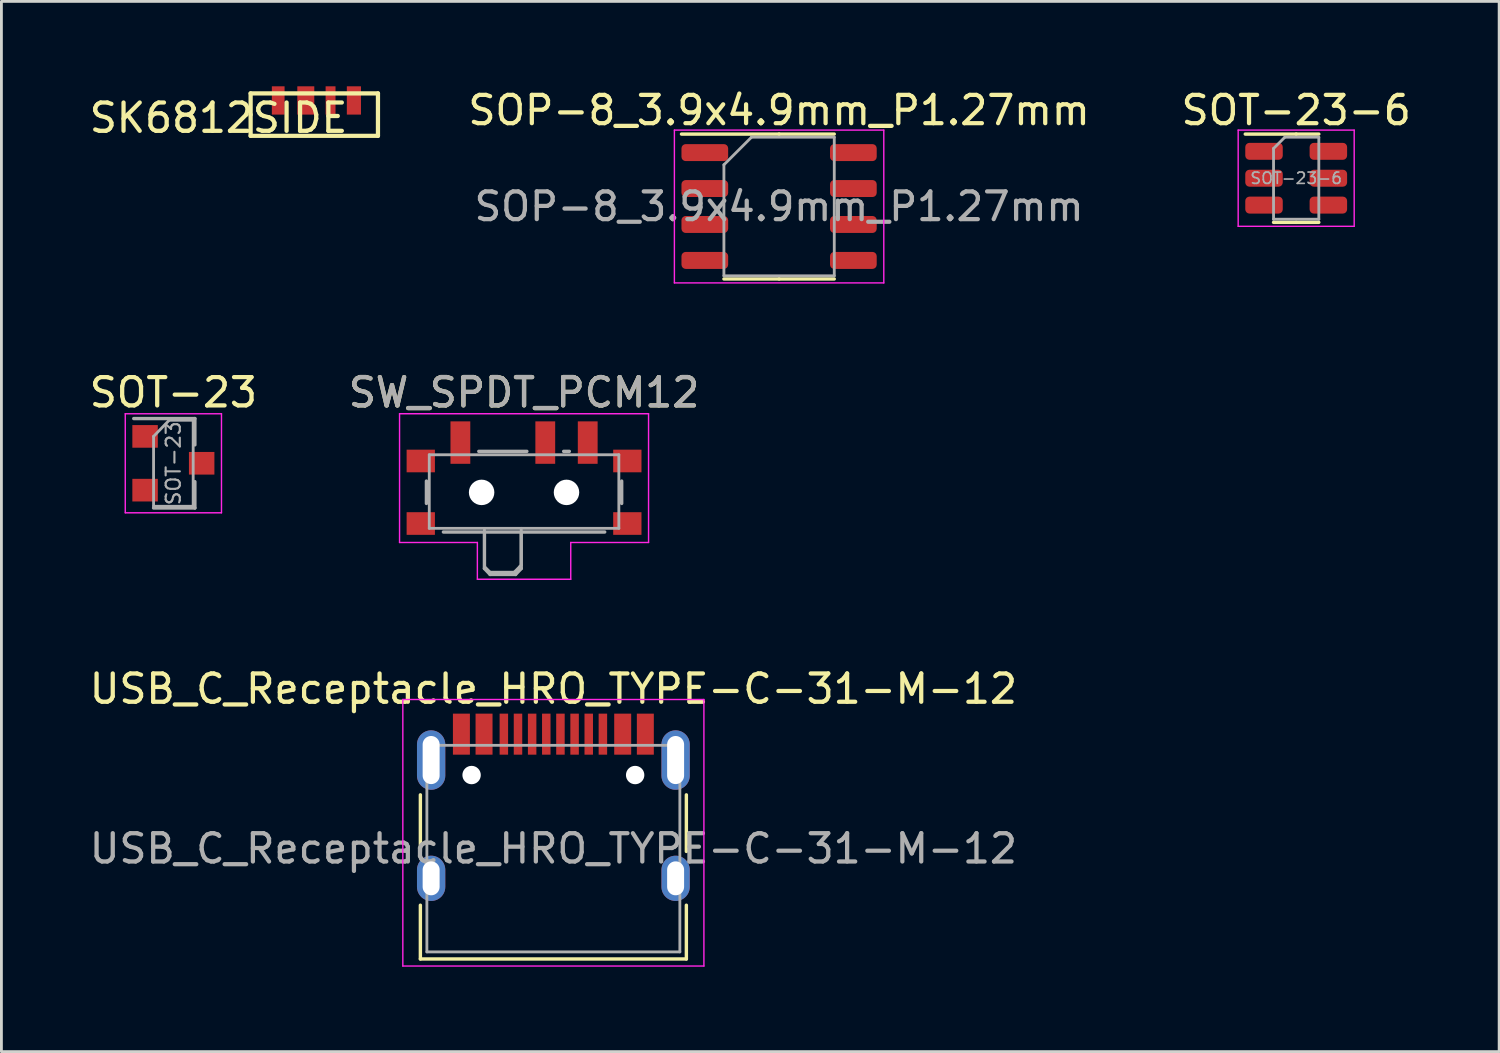
<source format=kicad_pcb>
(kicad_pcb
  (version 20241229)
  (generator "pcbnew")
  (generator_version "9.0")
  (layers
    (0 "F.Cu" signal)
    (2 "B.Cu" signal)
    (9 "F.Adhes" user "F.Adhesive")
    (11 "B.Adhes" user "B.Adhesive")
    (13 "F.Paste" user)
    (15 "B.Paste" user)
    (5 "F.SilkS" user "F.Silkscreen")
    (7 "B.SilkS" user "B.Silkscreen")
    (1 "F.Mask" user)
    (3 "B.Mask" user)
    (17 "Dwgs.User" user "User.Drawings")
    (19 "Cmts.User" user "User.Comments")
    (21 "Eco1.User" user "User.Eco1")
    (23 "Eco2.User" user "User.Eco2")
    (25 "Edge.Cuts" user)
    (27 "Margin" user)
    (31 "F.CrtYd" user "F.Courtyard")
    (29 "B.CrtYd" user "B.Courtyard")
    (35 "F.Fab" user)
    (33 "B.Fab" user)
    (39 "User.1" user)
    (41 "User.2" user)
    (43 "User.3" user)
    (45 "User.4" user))
  (footprint "SOT-23"
    (layer "F.Cu")
    (at 3.077 13.322)
    (property "Reference" "SOT-23" (at 0 -2.5 0) (layer "F.SilkS") (effects (font (size 1 1) (thickness 0.15))))
    (attr smd)
    (fp_line (start -1.7 -1.75) (end 1.7 -1.75) (stroke (width 0.05) (type solid)) (layer "F.CrtYd"))
    (fp_line (start -1.7 1.75) (end -1.7 -1.75) (stroke (width 0.05) (type solid)) (layer "F.CrtYd"))
    (fp_line (start 1.7 -1.75) (end 1.7 1.75) (stroke (width 0.05) (type solid)) (layer "F.CrtYd"))
    (fp_line (start 1.7 1.75) (end -1.7 1.75) (stroke (width 0.05) (type solid)) (layer "F.CrtYd"))
    (fp_line (start -0.7 -0.95) (end -0.7 1.5) (stroke (width 0.1) (type solid)) (layer "F.Fab"))
    (fp_line (start -0.7 -0.95) (end -0.15 -1.52) (stroke (width 0.1) (type solid)) (layer "F.Fab"))
    (fp_line (start -0.7 1.52) (end 0.7 1.52) (stroke (width 0.1) (type solid)) (layer "F.Fab"))
    (fp_line (start -0.15 -1.52) (end 0.7 -1.52) (stroke (width 0.1) (type solid)) (layer "F.Fab"))
    (fp_line (start 0.7 -1.52) (end 0.7 1.52) (stroke (width 0.1) (type solid)) (layer "F.Fab"))
    (fp_line (start 0.76 -1.58) (end -1.4 -1.58) (stroke (width 0.12) (type solid)) (layer "F.Fab"))
    (fp_line (start 0.76 -1.58) (end 0.76 -0.65) (stroke (width 0.12) (type solid)) (layer "F.Fab"))
    (fp_line (start 0.76 1.58) (end -0.7 1.58) (stroke (width 0.12) (type solid)) (layer "F.Fab"))
    (fp_line (start 0.76 1.58) (end 0.76 0.65) (stroke (width 0.12) (type solid)) (layer "F.Fab"))
    (fp_text user "${REFERENCE}" (at 0 0 90) (layer "F.Fab") (effects (font (size 0.5 0.5) (thickness 0.075))))
    (pad "1" smd rect (at -1 -0.95) (size 0.9 0.8) (layers "F.Cu" "F.Mask" "F.Paste"))
    (pad "2" smd rect (at -1 0.95) (size 0.9 0.8) (layers "F.Cu" "F.Mask" "F.Paste"))
    (pad "3" smd rect (at 1 0) (size 0.9 0.8) (layers "F.Cu" "F.Mask" "F.Paste")))
  (footprint "SOT-23-6"
    (layer "F.Cu")
    (at 42.757 3.248)
    (property "Reference" "SOT-23-6" (at 0 -2.4 0) (layer "F.SilkS") (effects (font (size 1 1) (thickness 0.15))))
    (attr smd)
    (fp_line (start 0 -1.56) (end -1.8 -1.56) (stroke (width 0.12) (type solid)) (layer "F.SilkS"))
    (fp_line (start 0 -1.56) (end 0.8 -1.56) (stroke (width 0.12) (type solid)) (layer "F.SilkS"))
    (fp_line (start 0 1.56) (end -0.8 1.56) (stroke (width 0.12) (type solid)) (layer "F.SilkS"))
    (fp_line (start 0 1.56) (end 0.8 1.56) (stroke (width 0.12) (type solid)) (layer "F.SilkS"))
    (fp_line (start -2.05 -1.7) (end -2.05 1.7) (stroke (width 0.05) (type solid)) (layer "F.CrtYd"))
    (fp_line (start -2.05 1.7) (end 2.05 1.7) (stroke (width 0.05) (type solid)) (layer "F.CrtYd"))
    (fp_line (start 2.05 -1.7) (end -2.05 -1.7) (stroke (width 0.05) (type solid)) (layer "F.CrtYd"))
    (fp_line (start 2.05 1.7) (end 2.05 -1.7) (stroke (width 0.05) (type solid)) (layer "F.CrtYd"))
    (fp_line (start -0.8 -1.05) (end -0.4 -1.45) (stroke (width 0.1) (type solid)) (layer "F.Fab"))
    (fp_line (start -0.8 1.45) (end -0.8 -1.05) (stroke (width 0.1) (type solid)) (layer "F.Fab"))
    (fp_line (start -0.4 -1.45) (end 0.8 -1.45) (stroke (width 0.1) (type solid)) (layer "F.Fab"))
    (fp_line (start 0.8 -1.45) (end 0.8 1.45) (stroke (width 0.1) (type solid)) (layer "F.Fab"))
    (fp_line (start 0.8 1.45) (end -0.8 1.45) (stroke (width 0.1) (type solid)) (layer "F.Fab"))
    (fp_text user "${REFERENCE}" (at 0 0 0) (layer "F.Fab") (effects (font (size 0.4 0.4) (thickness 0.06))))
    (pad "1" smd roundrect (at -1.137 -0.95) (size 1.325 0.6) (layers "F.Cu" "F.Mask" "F.Paste") (roundrect_rratio 0.25))
    (pad "2" smd roundrect (at -1.137 0) (size 1.325 0.6) (layers "F.Cu" "F.Mask" "F.Paste") (roundrect_rratio 0.25))
    (pad "3" smd roundrect (at -1.137 0.95) (size 1.325 0.6) (layers "F.Cu" "F.Mask" "F.Paste") (roundrect_rratio 0.25))
    (pad "4" smd roundrect (at 1.137 0.95) (size 1.325 0.6) (layers "F.Cu" "F.Mask" "F.Paste") (roundrect_rratio 0.25))
    (pad "5" smd roundrect (at 1.137 0) (size 1.325 0.6) (layers "F.Cu" "F.Mask" "F.Paste") (roundrect_rratio 0.25))
    (pad "6" smd roundrect (at 1.137 -0.95) (size 1.325 0.6) (layers "F.Cu" "F.Mask" "F.Paste") (roundrect_rratio 0.25)))
  (footprint "SW_SPDT_PCM12"
    (layer "F.Cu")
    (at 15.47 14.021)
    (property "Reference" "SW_SPDT_PCM12" (at 0 -3.2 0) (layer "F.SilkS") (effects (font (size 1 1) (thickness 0.15))))
    (attr smd)
    (fp_line (start -4.4 -2.45) (end 4.4 -2.45) (stroke (width 0.05) (type solid)) (layer "F.CrtYd"))
    (fp_line (start -4.4 2.1) (end -4.4 -2.45) (stroke (width 0.05) (type solid)) (layer "F.CrtYd"))
    (fp_line (start -1.65 2.1) (end -4.4 2.1) (stroke (width 0.05) (type solid)) (layer "F.CrtYd"))
    (fp_line (start -1.65 3.4) (end -1.65 2.1) (stroke (width 0.05) (type solid)) (layer "F.CrtYd"))
    (fp_line (start 1.65 2.1) (end 1.65 3.4) (stroke (width 0.05) (type solid)) (layer "F.CrtYd"))
    (fp_line (start 1.65 3.4) (end -1.65 3.4) (stroke (width 0.05) (type solid)) (layer "F.CrtYd"))
    (fp_line (start 4.4 -2.45) (end 4.4 2.1) (stroke (width 0.05) (type solid)) (layer "F.CrtYd"))
    (fp_line (start 4.4 2.1) (end 1.65 2.1) (stroke (width 0.05) (type solid)) (layer "F.CrtYd"))
    (fp_line (start -3.45 -0.07) (end -3.45 0.72) (stroke (width 0.12) (type solid)) (layer "F.Fab"))
    (fp_line (start -3.35 -1) (end -3.35 1.6) (stroke (width 0.1) (type solid)) (layer "F.Fab"))
    (fp_line (start -3.35 1.6) (end 3.35 1.6) (stroke (width 0.1) (type solid)) (layer "F.Fab"))
    (fp_line (start -2.85 1.73) (end 2.85 1.73) (stroke (width 0.12) (type solid)) (layer "F.Fab"))
    (fp_line (start -1.6 -1.12) (end 0.1 -1.12) (stroke (width 0.12) (type solid)) (layer "F.Fab"))
    (fp_line (start -1.4 1.65) (end -1.4 2.95) (stroke (width 0.1) (type solid)) (layer "F.Fab"))
    (fp_line (start -1.4 1.73) (end -1.4 3.02) (stroke (width 0.12) (type solid)) (layer "F.Fab"))
    (fp_line (start -1.4 2.95) (end -1.2 3.15) (stroke (width 0.1) (type solid)) (layer "F.Fab"))
    (fp_line (start -1.4 3.02) (end -1.2 3.23) (stroke (width 0.12) (type solid)) (layer "F.Fab"))
    (fp_line (start -1.2 3.15) (end -0.35 3.15) (stroke (width 0.1) (type solid)) (layer "F.Fab"))
    (fp_line (start -1.2 3.23) (end -0.3 3.23) (stroke (width 0.12) (type solid)) (layer "F.Fab"))
    (fp_line (start -0.35 3.15) (end -0.15 2.95) (stroke (width 0.1) (type solid)) (layer "F.Fab"))
    (fp_line (start -0.15 2.95) (end -0.1 2.9) (stroke (width 0.1) (type solid)) (layer "F.Fab"))
    (fp_line (start -0.1 2.9) (end -0.1 1.6) (stroke (width 0.1) (type solid)) (layer "F.Fab"))
    (fp_line (start -0.1 3.02) (end -0.3 3.23) (stroke (width 0.12) (type solid)) (layer "F.Fab"))
    (fp_line (start -0.1 3.02) (end -0.1 1.73) (stroke (width 0.12) (type solid)) (layer "F.Fab"))
    (fp_line (start 1.4 -1.12) (end 1.6 -1.12) (stroke (width 0.12) (type solid)) (layer "F.Fab"))
    (fp_line (start 3.35 -1) (end -3.35 -1) (stroke (width 0.1) (type solid)) (layer "F.Fab"))
    (fp_line (start 3.35 1.6) (end 3.35 -1) (stroke (width 0.1) (type solid)) (layer "F.Fab"))
    (fp_line (start 3.45 0.72) (end 3.45 -0.07) (stroke (width 0.12) (type solid)) (layer "F.Fab"))
    (fp_text user "${REFERENCE}" (at 0 -3.2 0) (layer "F.Fab") (effects (font (size 1 1) (thickness 0.15))))
    (pad "" np_thru_hole circle (at -1.5 0.33) (size 0.9 0.9) (drill 0.9) (layers "*.Cu" "*.Mask"))
    (pad "" np_thru_hole circle (at 1.5 0.33) (size 0.9 0.9) (drill 0.9) (layers "*.Cu" "*.Mask"))
    (pad "1" smd rect (at -2.25 -1.43) (size 0.7 1.5) (layers "F.Cu" "F.Mask" "F.Paste"))
    (pad "2" smd rect (at 0.75 -1.43) (size 0.7 1.5) (layers "F.Cu" "F.Mask" "F.Paste"))
    (pad "3" smd rect (at 2.25 -1.43) (size 0.7 1.5) (layers "F.Cu" "F.Mask" "F.Paste"))
    (pad "4" smd rect (at 3.65 -0.78) (size 1 0.8) (layers "F.Cu" "F.Mask" "F.Paste"))
    (pad "5" smd rect (at 3.65 1.43) (size 1 0.8) (layers "F.Cu" "F.Mask" "F.Paste"))
    (pad "6" smd rect (at -3.65 1.43) (size 1 0.8) (layers "F.Cu" "F.Mask" "F.Paste"))
    (pad "7" smd rect (at -3.65 -0.78) (size 1 0.8) (layers "F.Cu" "F.Mask" "F.Paste")))
  (footprint "SOP-8_3.9x4.9mm_P1.27mm"
    (layer "F.Cu")
    (at 24.483 4.248)
    (property "Reference" "SOP-8_3.9x4.9mm_P1.27mm" (at 0 -3.4 0) (layer "F.SilkS") (effects (font (size 1 1) (thickness 0.15))))
    (attr smd)
    (fp_line (start 0 -2.56) (end -3.45 -2.56) (stroke (width 0.12) (type solid)) (layer "F.SilkS"))
    (fp_line (start 0 -2.56) (end 1.95 -2.56) (stroke (width 0.12) (type solid)) (layer "F.SilkS"))
    (fp_line (start 0 2.56) (end -1.95 2.56) (stroke (width 0.12) (type solid)) (layer "F.SilkS"))
    (fp_line (start 0 2.56) (end 1.95 2.56) (stroke (width 0.12) (type solid)) (layer "F.SilkS"))
    (fp_line (start -3.7 -2.7) (end -3.7 2.7) (stroke (width 0.05) (type solid)) (layer "F.CrtYd"))
    (fp_line (start -3.7 2.7) (end 3.7 2.7) (stroke (width 0.05) (type solid)) (layer "F.CrtYd"))
    (fp_line (start 3.7 -2.7) (end -3.7 -2.7) (stroke (width 0.05) (type solid)) (layer "F.CrtYd"))
    (fp_line (start 3.7 2.7) (end 3.7 -2.7) (stroke (width 0.05) (type solid)) (layer "F.CrtYd"))
    (fp_line (start -1.95 -1.475) (end -0.975 -2.45) (stroke (width 0.1) (type solid)) (layer "F.Fab"))
    (fp_line (start -1.95 2.45) (end -1.95 -1.475) (stroke (width 0.1) (type solid)) (layer "F.Fab"))
    (fp_line (start -0.975 -2.45) (end 1.95 -2.45) (stroke (width 0.1) (type solid)) (layer "F.Fab"))
    (fp_line (start 1.95 -2.45) (end 1.95 2.45) (stroke (width 0.1) (type solid)) (layer "F.Fab"))
    (fp_line (start 1.95 2.45) (end -1.95 2.45) (stroke (width 0.1) (type solid)) (layer "F.Fab"))
    (fp_text user "${REFERENCE}" (at 0 0 0) (layer "F.Fab") (effects (font (size 0.98 0.98) (thickness 0.15))))
    (pad "1" smd roundrect (at -2.625 -1.905) (size 1.65 0.6) (layers "F.Cu" "F.Mask" "F.Paste") (roundrect_rratio 0.25))
    (pad "2" smd roundrect (at -2.625 -0.635) (size 1.65 0.6) (layers "F.Cu" "F.Mask" "F.Paste") (roundrect_rratio 0.25))
    (pad "3" smd roundrect (at -2.625 0.635) (size 1.65 0.6) (layers "F.Cu" "F.Mask" "F.Paste") (roundrect_rratio 0.25))
    (pad "4" smd roundrect (at -2.625 1.905) (size 1.65 0.6) (layers "F.Cu" "F.Mask" "F.Paste") (roundrect_rratio 0.25))
    (pad "5" smd roundrect (at 2.625 1.905) (size 1.65 0.6) (layers "F.Cu" "F.Mask" "F.Paste") (roundrect_rratio 0.25))
    (pad "6" smd roundrect (at 2.625 0.635) (size 1.65 0.6) (layers "F.Cu" "F.Mask" "F.Paste") (roundrect_rratio 0.25))
    (pad "7" smd roundrect (at 2.625 -0.635) (size 1.65 0.6) (layers "F.Cu" "F.Mask" "F.Paste") (roundrect_rratio 0.25))
    (pad "8" smd roundrect (at 2.625 -1.905) (size 1.65 0.6) (layers "F.Cu" "F.Mask" "F.Paste") (roundrect_rratio 0.25)))
  (footprint "USB_C_Receptacle_HRO_TYPE-C-31-M-12"
    (layer "F.Cu")
    (at 16.506 26.94)
    (property "Reference" "USB_C_Receptacle_HRO_TYPE-C-31-M-12" (at 0 -5.645 0) (layer "F.SilkS") (effects (font (size 1 1) (thickness 0.15))))
    (attr through_hole)
    (fp_line (start -4.7 -1.9) (end -4.7 0.1) (stroke (width 0.12) (type solid)) (layer "F.SilkS"))
    (fp_line (start -4.7 2) (end -4.7 3.9) (stroke (width 0.12) (type solid)) (layer "F.SilkS"))
    (fp_line (start -4.7 3.9) (end 4.7 3.9) (stroke (width 0.12) (type solid)) (layer "F.SilkS"))
    (fp_line (start 4.7 -1.9) (end 4.7 0.1) (stroke (width 0.12) (type solid)) (layer "F.SilkS"))
    (fp_line (start 4.7 2) (end 4.7 3.9) (stroke (width 0.12) (type solid)) (layer "F.SilkS"))
    (fp_line (start -5.32 -5.27) (end -5.32 4.15) (stroke (width 0.05) (type solid)) (layer "F.CrtYd"))
    (fp_line (start -5.32 -5.27) (end 5.32 -5.27) (stroke (width 0.05) (type solid)) (layer "F.CrtYd"))
    (fp_line (start -5.32 4.15) (end 5.32 4.15) (stroke (width 0.05) (type solid)) (layer "F.CrtYd"))
    (fp_line (start 5.32 -5.27) (end 5.32 4.15) (stroke (width 0.05) (type solid)) (layer "F.CrtYd"))
    (fp_line (start -4.47 -3.65) (end -4.47 3.65) (stroke (width 0.1) (type solid)) (layer "F.Fab"))
    (fp_line (start -4.47 -3.65) (end 4.47 -3.65) (stroke (width 0.1) (type solid)) (layer "F.Fab"))
    (fp_line (start -4.47 3.65) (end 4.47 3.65) (stroke (width 0.1) (type solid)) (layer "F.Fab"))
    (fp_line (start 4.47 -3.65) (end 4.47 3.65) (stroke (width 0.1) (type solid)) (layer "F.Fab"))
    (fp_text user "${REFERENCE}" (at 0 0 0) (layer "F.Fab") (effects (font (size 1 1) (thickness 0.15))))
    (pad "" np_thru_hole circle (at -2.89 -2.6) (size 0.65 0.65) (drill 0.65) (layers "*.Cu" "*.Mask"))
    (pad "" np_thru_hole circle (at 2.89 -2.6) (size 0.65 0.65) (drill 0.65) (layers "*.Cu" "*.Mask"))
    (pad "A1_B12" smd rect (at -3.25 -4.045) (size 0.6 1.45) (layers "F.Cu" "F.Mask" "F.Paste"))
    (pad "A4_B9" smd rect (at -2.45 -4.045) (size 0.6 1.45) (layers "F.Cu" "F.Mask" "F.Paste"))
    (pad "A5" smd rect (at -1.25 -4.045) (size 0.3 1.45) (layers "F.Cu" "F.Mask" "F.Paste"))
    (pad "A6" smd rect (at -0.25 -4.045) (size 0.3 1.45) (layers "F.Cu" "F.Mask" "F.Paste"))
    (pad "A7" smd rect (at 0.25 -4.045) (size 0.3 1.45) (layers "F.Cu" "F.Mask" "F.Paste"))
    (pad "A8" smd rect (at 1.25 -4.045) (size 0.3 1.45) (layers "F.Cu" "F.Mask" "F.Paste"))
    (pad "A9_B4" smd rect (at 2.45 -4.045) (size 0.6 1.45) (layers "F.Cu" "F.Mask" "F.Paste"))
    (pad "A12_B1" smd rect (at 3.25 -4.045) (size 0.6 1.45) (layers "F.Cu" "F.Mask" "F.Paste"))
    (pad "B5" smd rect (at 1.75 -4.045) (size 0.3 1.45) (layers "F.Cu" "F.Mask" "F.Paste"))
    (pad "B6" smd rect (at 0.75 -4.045) (size 0.3 1.45) (layers "F.Cu" "F.Mask" "F.Paste"))
    (pad "B7" smd rect (at -0.75 -4.045) (size 0.3 1.45) (layers "F.Cu" "F.Mask" "F.Paste"))
    (pad "B8" smd rect (at -1.75 -4.045) (size 0.3 1.45) (layers "F.Cu" "F.Mask" "F.Paste"))
    (pad "S1" thru_hole oval (at -4.32 -3.13) (size 1 2.1) (drill oval 0.6 1.7) (layers "*.Cu" "*.Mask"))
    (pad "S1" thru_hole oval (at -4.32 1.05) (size 1 1.6) (drill oval 0.6 1.2) (layers "*.Cu" "*.Mask"))
    (pad "S1" thru_hole oval (at 4.32 -3.13) (size 1 2.1) (drill oval 0.6 1.7) (layers "*.Cu" "*.Mask"))
    (pad "S1" thru_hole oval (at 4.32 1.05) (size 1 1.6) (drill oval 0.6 1.2) (layers "*.Cu" "*.Mask")))
  (footprint "SK6812SIDE"
    (layer "F.Cu")
    (at 8.057 1)
    (property "Reference" "SK6812SIDE" (at -3.384 0.118 0) (layer "F.SilkS") (effects (font (size 1 1) (thickness 0.15))))
    (attr through_hole)
    (fp_line (start -2.25 -0.75) (end 2.25 -0.75) (stroke (width 0.15) (type solid)) (layer "F.SilkS"))
    (fp_line (start -2.25 0) (end -2.25 -0.75) (stroke (width 0.15) (type solid)) (layer "F.SilkS"))
    (fp_line (start -2.25 0.75) (end -2.25 0) (stroke (width 0.15) (type solid)) (layer "F.SilkS"))
    (fp_line (start 2.25 -0.75) (end 2.25 0.75) (stroke (width 0.15) (type solid)) (layer "F.SilkS"))
    (fp_line (start 2.25 0.75) (end -2.25 0.75) (stroke (width 0.15) (type solid)) (layer "F.SilkS"))
    (pad "1" smd rect (at -1.275 -0.5) (size 0.45 1) (layers "F.Cu" "F.Mask" "F.Paste"))
    (pad "2" smd rect (at -0.3 -0.5) (size 0.6 1) (layers "F.Cu" "F.Mask" "F.Paste"))
    (pad "3" smd rect (at 0.575 -0.5) (size 0.35 1) (layers "F.Cu" "F.Mask" "F.Paste"))
    (pad "4" smd rect (at 1.4 -0.5) (size 0.5 1) (layers "F.Cu" "F.Mask" "F.Paste")))
  (gr_rect
    (start -3 -3)
    (end 49.93 34.115)
    (stroke (width 0.1) (type default))
    (fill no)
    (layer "Edge.Cuts")))
</source>
